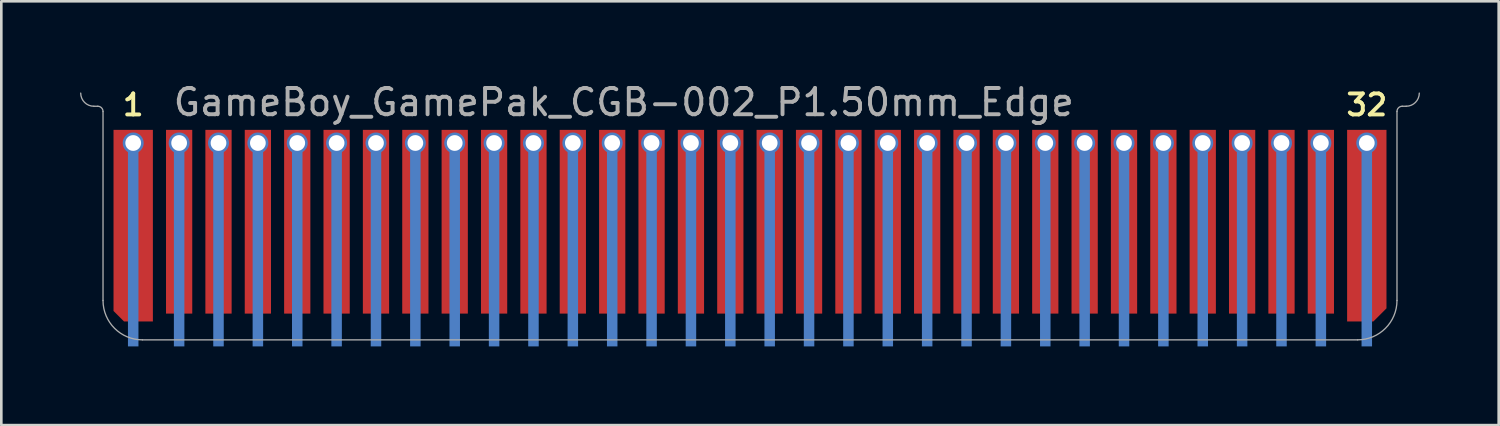
<source format=kicad_pcb>
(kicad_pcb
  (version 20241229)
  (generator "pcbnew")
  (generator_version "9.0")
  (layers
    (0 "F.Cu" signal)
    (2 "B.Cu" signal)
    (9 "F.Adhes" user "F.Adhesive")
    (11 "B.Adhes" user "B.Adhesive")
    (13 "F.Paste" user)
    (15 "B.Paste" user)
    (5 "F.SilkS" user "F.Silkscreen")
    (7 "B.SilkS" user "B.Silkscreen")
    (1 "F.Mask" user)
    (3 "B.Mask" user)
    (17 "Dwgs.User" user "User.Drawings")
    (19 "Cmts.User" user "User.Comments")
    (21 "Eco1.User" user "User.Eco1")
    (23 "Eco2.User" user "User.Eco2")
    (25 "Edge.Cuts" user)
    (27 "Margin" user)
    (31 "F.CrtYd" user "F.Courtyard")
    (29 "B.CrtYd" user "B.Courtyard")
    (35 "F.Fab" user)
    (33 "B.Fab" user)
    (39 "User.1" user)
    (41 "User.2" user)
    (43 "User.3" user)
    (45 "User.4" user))
  (footprint "GameBoy_GamePak_CGB-002_P1.50mm_Edge"
    (layer "F.Cu")
    (at 25.525 9.898)
    (property "Reference" "GameBoy_GamePak_CGB-002_P1.50mm_Edge" (at -22.05 -9.05 0) (layer "F.Fab") (effects (font (size 1 1) (thickness 0.15)) (justify left)))
    (attr through_hole)
    (fp_poly (pts (xy 24.9 0.25) (xy -24.9 0.25) (xy -24.9 -7) (xy 24.9 -7)) (stroke (width 0) (type solid)) (fill yes) (layer "F.Mask"))
    (fp_poly (pts (xy -23.3 0.25) (xy -23.7 0.25) (xy -23.7 -7.2) (xy -23.3 -7.2)) (stroke (width 0) (type solid)) (fill yes) (layer "B.Cu"))
    (fp_poly (pts (xy -21.55 0.25) (xy -21.95 0.25) (xy -21.95 -7.2) (xy -21.55 -7.2)) (stroke (width 0) (type solid)) (fill yes) (layer "B.Cu"))
    (fp_poly (pts (xy -20.05 0.25) (xy -20.45 0.25) (xy -20.45 -7.2) (xy -20.05 -7.2)) (stroke (width 0) (type solid)) (fill yes) (layer "B.Cu"))
    (fp_poly (pts (xy -18.55 0.25) (xy -18.95 0.25) (xy -18.95 -7.2) (xy -18.55 -7.2)) (stroke (width 0) (type solid)) (fill yes) (layer "B.Cu"))
    (fp_poly (pts (xy -17.05 0.25) (xy -17.45 0.25) (xy -17.45 -7.2) (xy -17.05 -7.2)) (stroke (width 0) (type solid)) (fill yes) (layer "B.Cu"))
    (fp_poly (pts (xy -15.55 0.25) (xy -15.95 0.25) (xy -15.95 -7.2) (xy -15.55 -7.2)) (stroke (width 0) (type solid)) (fill yes) (layer "B.Cu"))
    (fp_poly (pts (xy -14.05 0.25) (xy -14.45 0.25) (xy -14.45 -7.2) (xy -14.05 -7.2)) (stroke (width 0) (type solid)) (fill yes) (layer "B.Cu"))
    (fp_poly (pts (xy -12.55 0.25) (xy -12.95 0.25) (xy -12.95 -7.2) (xy -12.55 -7.2)) (stroke (width 0) (type solid)) (fill yes) (layer "B.Cu"))
    (fp_poly (pts (xy -11.05 0.25) (xy -11.45 0.25) (xy -11.45 -7.2) (xy -11.05 -7.2)) (stroke (width 0) (type solid)) (fill yes) (layer "B.Cu"))
    (fp_poly (pts (xy -9.55 0.25) (xy -9.95 0.25) (xy -9.95 -7.2) (xy -9.55 -7.2)) (stroke (width 0) (type solid)) (fill yes) (layer "B.Cu"))
    (fp_poly (pts (xy -8.05 0.25) (xy -8.45 0.25) (xy -8.45 -7.2) (xy -8.05 -7.2)) (stroke (width 0) (type solid)) (fill yes) (layer "B.Cu"))
    (fp_poly (pts (xy -6.55 0.25) (xy -6.95 0.25) (xy -6.95 -7.2) (xy -6.55 -7.2)) (stroke (width 0) (type solid)) (fill yes) (layer "B.Cu"))
    (fp_poly (pts (xy -5.05 0.25) (xy -5.45 0.25) (xy -5.45 -7.2) (xy -5.05 -7.2)) (stroke (width 0) (type solid)) (fill yes) (layer "B.Cu"))
    (fp_poly (pts (xy -3.55 0.25) (xy -3.95 0.25) (xy -3.95 -7.2) (xy -3.55 -7.2)) (stroke (width 0) (type solid)) (fill yes) (layer "B.Cu"))
    (fp_poly (pts (xy -2.05 0.25) (xy -2.45 0.25) (xy -2.45 -7.2) (xy -2.05 -7.2)) (stroke (width 0) (type solid)) (fill yes) (layer "B.Cu"))
    (fp_poly (pts (xy -0.55 0.25) (xy -0.95 0.25) (xy -0.95 -7.2) (xy -0.55 -7.2)) (stroke (width 0) (type solid)) (fill yes) (layer "B.Cu"))
    (fp_poly (pts (xy 0.95 0.25) (xy 0.55 0.25) (xy 0.55 -7.2) (xy 0.95 -7.2)) (stroke (width 0) (type solid)) (fill yes) (layer "B.Cu"))
    (fp_poly (pts (xy 2.45 0.25) (xy 2.05 0.25) (xy 2.05 -7.2) (xy 2.45 -7.2)) (stroke (width 0) (type solid)) (fill yes) (layer "B.Cu"))
    (fp_poly (pts (xy 3.95 0.25) (xy 3.55 0.25) (xy 3.55 -7.2) (xy 3.95 -7.2)) (stroke (width 0) (type solid)) (fill yes) (layer "B.Cu"))
    (fp_poly (pts (xy 5.45 0.25) (xy 5.05 0.25) (xy 5.05 -7.2) (xy 5.45 -7.2)) (stroke (width 0) (type solid)) (fill yes) (layer "B.Cu"))
    (fp_poly (pts (xy 6.95 0.25) (xy 6.55 0.25) (xy 6.55 -7.2) (xy 6.95 -7.2)) (stroke (width 0) (type solid)) (fill yes) (layer "B.Cu"))
    (fp_poly (pts (xy 8.45 0.25) (xy 8.05 0.25) (xy 8.05 -7.2) (xy 8.45 -7.2)) (stroke (width 0) (type solid)) (fill yes) (layer "B.Cu"))
    (fp_poly (pts (xy 9.95 0.25) (xy 9.55 0.25) (xy 9.55 -7.2) (xy 9.95 -7.2)) (stroke (width 0) (type solid)) (fill yes) (layer "B.Cu"))
    (fp_poly (pts (xy 11.45 0.25) (xy 11.05 0.25) (xy 11.05 -7.2) (xy 11.45 -7.2)) (stroke (width 0) (type solid)) (fill yes) (layer "B.Cu"))
    (fp_poly (pts (xy 12.95 0.25) (xy 12.55 0.25) (xy 12.55 -7.2) (xy 12.95 -7.2)) (stroke (width 0) (type solid)) (fill yes) (layer "B.Cu"))
    (fp_poly (pts (xy 14.45 0.25) (xy 14.05 0.25) (xy 14.05 -7.2) (xy 14.45 -7.2)) (stroke (width 0) (type solid)) (fill yes) (layer "B.Cu"))
    (fp_poly (pts (xy 15.95 0.25) (xy 15.55 0.25) (xy 15.55 -7.2) (xy 15.95 -7.2)) (stroke (width 0) (type solid)) (fill yes) (layer "B.Cu"))
    (fp_poly (pts (xy 17.45 0.25) (xy 17.05 0.25) (xy 17.05 -7.2) (xy 17.45 -7.2)) (stroke (width 0) (type solid)) (fill yes) (layer "B.Cu"))
    (fp_poly (pts (xy 18.95 0.25) (xy 18.55 0.25) (xy 18.55 -7.2) (xy 18.95 -7.2)) (stroke (width 0) (type solid)) (fill yes) (layer "B.Cu"))
    (fp_poly (pts (xy 20.45 0.25) (xy 20.05 0.25) (xy 20.05 -7.2) (xy 20.45 -7.2)) (stroke (width 0) (type solid)) (fill yes) (layer "B.Cu"))
    (fp_poly (pts (xy 21.95 0.25) (xy 21.55 0.25) (xy 21.55 -7.2) (xy 21.95 -7.2)) (stroke (width 0) (type solid)) (fill yes) (layer "B.Cu"))
    (fp_poly (pts (xy 23.7 0.25) (xy 23.3 0.25) (xy 23.3 -7.2) (xy 23.7 -7.2)) (stroke (width 0) (type solid)) (fill yes) (layer "B.Cu"))
    (fp_line (start -25 -8.9) (end -24.85 -8.9) (stroke (width 0.05) (type solid)) (layer "F.Fab"))
    (fp_line (start -24.65 -1.5) (end -24.65 -8.7) (stroke (width 0.05) (type solid)) (layer "F.Fab"))
    (fp_line (start -23.15 0) (end 23.15 0) (stroke (width 0.05) (type solid)) (layer "F.Fab"))
    (fp_line (start 24.65 -1.5) (end 24.65 -8.7) (stroke (width 0.05) (type solid)) (layer "F.Fab"))
    (fp_line (start 24.85 -8.9) (end 25 -8.9) (stroke (width 0.05) (type solid)) (layer "F.Fab"))
    (fp_arc (start -25 -8.9) (mid -25.353553 -9.046447) (end -25.5 -9.4) (stroke (width 0.05) (type solid)) (layer "F.Fab"))
    (fp_arc (start -24.85 -8.9) (mid -24.708579 -8.841421) (end -24.65 -8.7) (stroke (width 0.05) (type solid)) (layer "F.Fab"))
    (fp_arc (start -23.15 0) (mid -24.21066 -0.43934) (end -24.65 -1.5) (stroke (width 0.05) (type solid)) (layer "F.Fab"))
    (fp_arc (start 24.65 -8.7) (mid 24.708579 -8.841421) (end 24.85 -8.9) (stroke (width 0.05) (type solid)) (layer "F.Fab"))
    (fp_arc (start 24.65 -1.5) (mid 24.21066 -0.43934) (end 23.15 0) (stroke (width 0.05) (type solid)) (layer "F.Fab"))
    (fp_arc (start 25.5 -9.4) (mid 25.353553 -9.046447) (end 25 -8.9) (stroke (width 0.05) (type solid)) (layer "F.Fab"))
    (fp_text user "32" (at 23.5 -8.95 0) (layer "F.SilkS") (effects (font (size 0.8 0.8) (thickness 0.15))))
    (fp_text user "1" (at -23.5 -8.95 0) (layer "F.SilkS") (effects (font (size 0.8 0.8) (thickness 0.15))))
    (pad "1" thru_hole circle (at -23.5 -7.5) (size 0.8 0.8) (drill 0.6) (layers "*.Cu" "*.Mask"))
    (pad "1" connect custom (at -23.5 -7.5) (size 0.8 0.8) (layers "F.Cu") (options (anchor rect)) (primitives (gr_poly (pts (xy -0.75 6.4) (xy -0.75 -0.5) (xy 0.75 -0.5) (xy 0.75 6.8) (xy -0.35 6.8)) (width 0) (fill yes))))
    (pad "2" thru_hole circle (at -21.75 -7.5) (size 0.8 0.8) (drill 0.6) (layers "*.Cu" "*.Mask"))
    (pad "2" connect custom (at -21.75 -7.5) (size 0.8 0.8) (layers "F.Cu") (options (anchor rect)) (primitives (gr_poly (pts (xy 0.5 6.5) (xy -0.5 6.5) (xy -0.5 -0.5) (xy 0.5 -0.5)) (width 0) (fill yes))))
    (pad "3" thru_hole circle (at -20.25 -7.5) (size 0.8 0.8) (drill 0.6) (layers "*.Cu" "*.Mask"))
    (pad "3" connect custom (at -20.25 -7.5) (size 0.8 0.8) (layers "F.Cu") (options (anchor rect)) (primitives (gr_poly (pts (xy 0.5 6.5) (xy -0.5 6.5) (xy -0.5 -0.5) (xy 0.5 -0.5)) (width 0) (fill yes))))
    (pad "4" thru_hole circle (at -18.75 -7.5) (size 0.8 0.8) (drill 0.6) (layers "*.Cu" "*.Mask"))
    (pad "4" connect custom (at -18.75 -7.5) (size 0.8 0.8) (layers "F.Cu") (options (anchor rect)) (primitives (gr_poly (pts (xy 0.5 6.5) (xy -0.5 6.5) (xy -0.5 -0.5) (xy 0.5 -0.5)) (width 0) (fill yes))))
    (pad "5" thru_hole circle (at -17.25 -7.5) (size 0.8 0.8) (drill 0.6) (layers "*.Cu" "*.Mask"))
    (pad "5" connect custom (at -17.25 -7.5) (size 0.8 0.8) (layers "F.Cu") (options (anchor rect)) (primitives (gr_poly (pts (xy 0.5 6.5) (xy -0.5 6.5) (xy -0.5 -0.5) (xy 0.5 -0.5)) (width 0) (fill yes))))
    (pad "6" thru_hole circle (at -15.75 -7.5) (size 0.8 0.8) (drill 0.6) (layers "*.Cu" "*.Mask"))
    (pad "6" connect custom (at -15.75 -7.5) (size 0.8 0.8) (layers "F.Cu") (options (anchor rect)) (primitives (gr_poly (pts (xy 0.5 6.5) (xy -0.5 6.5) (xy -0.5 -0.5) (xy 0.5 -0.5)) (width 0) (fill yes))))
    (pad "7" thru_hole circle (at -14.25 -7.5) (size 0.8 0.8) (drill 0.6) (layers "*.Cu" "*.Mask"))
    (pad "7" connect custom (at -14.25 -7.5) (size 0.8 0.8) (layers "F.Cu") (options (anchor rect)) (primitives (gr_poly (pts (xy 0.5 6.5) (xy -0.5 6.5) (xy -0.5 -0.5) (xy 0.5 -0.5)) (width 0) (fill yes))))
    (pad "8" thru_hole circle (at -12.75 -7.5) (size 0.8 0.8) (drill 0.6) (layers "*.Cu" "*.Mask"))
    (pad "8" connect custom (at -12.75 -7.5) (size 0.8 0.8) (layers "F.Cu") (options (anchor rect)) (primitives (gr_poly (pts (xy 0.5 6.5) (xy -0.5 6.5) (xy -0.5 -0.5) (xy 0.5 -0.5)) (width 0) (fill yes))))
    (pad "9" thru_hole circle (at -11.25 -7.5) (size 0.8 0.8) (drill 0.6) (layers "*.Cu" "*.Mask"))
    (pad "9" connect custom (at -11.25 -7.5) (size 0.8 0.8) (layers "F.Cu") (options (anchor rect)) (primitives (gr_poly (pts (xy 0.5 6.5) (xy -0.5 6.5) (xy -0.5 -0.5) (xy 0.5 -0.5)) (width 0) (fill yes))))
    (pad "10" thru_hole circle (at -9.75 -7.5) (size 0.8 0.8) (drill 0.6) (layers "*.Cu" "*.Mask"))
    (pad "10" connect custom (at -9.75 -7.5) (size 0.8 0.8) (layers "F.Cu") (options (anchor rect)) (primitives (gr_poly (pts (xy 0.5 6.5) (xy -0.5 6.5) (xy -0.5 -0.5) (xy 0.5 -0.5)) (width 0) (fill yes))))
    (pad "11" thru_hole circle (at -8.25 -7.5) (size 0.8 0.8) (drill 0.6) (layers "*.Cu" "*.Mask"))
    (pad "11" connect custom (at -8.25 -7.5) (size 0.8 0.8) (layers "F.Cu") (options (anchor rect)) (primitives (gr_poly (pts (xy 0.5 6.5) (xy -0.5 6.5) (xy -0.5 -0.5) (xy 0.5 -0.5)) (width 0) (fill yes))))
    (pad "12" thru_hole circle (at -6.75 -7.5) (size 0.8 0.8) (drill 0.6) (layers "*.Cu" "*.Mask"))
    (pad "12" connect custom (at -6.75 -7.5) (size 0.8 0.8) (layers "F.Cu") (options (anchor rect)) (primitives (gr_poly (pts (xy 0.5 6.5) (xy -0.5 6.5) (xy -0.5 -0.5) (xy 0.5 -0.5)) (width 0) (fill yes))))
    (pad "13" thru_hole circle (at -5.25 -7.5) (size 0.8 0.8) (drill 0.6) (layers "*.Cu" "*.Mask"))
    (pad "13" connect custom (at -5.25 -7.5) (size 0.8 0.8) (layers "F.Cu") (options (anchor rect)) (primitives (gr_poly (pts (xy 0.5 6.5) (xy -0.5 6.5) (xy -0.5 -0.5) (xy 0.5 -0.5)) (width 0) (fill yes))))
    (pad "14" thru_hole circle (at -3.75 -7.5) (size 0.8 0.8) (drill 0.6) (layers "*.Cu" "*.Mask"))
    (pad "14" connect custom (at -3.75 -7.5) (size 0.8 0.8) (layers "F.Cu") (options (anchor rect)) (primitives (gr_poly (pts (xy 0.5 6.5) (xy -0.5 6.5) (xy -0.5 -0.5) (xy 0.5 -0.5)) (width 0) (fill yes))))
    (pad "15" thru_hole circle (at -2.25 -7.5) (size 0.8 0.8) (drill 0.6) (layers "*.Cu" "*.Mask"))
    (pad "15" connect custom (at -2.25 -7.5) (size 0.8 0.8) (layers "F.Cu") (options (anchor rect)) (primitives (gr_poly (pts (xy 0.5 6.5) (xy -0.5 6.5) (xy -0.5 -0.5) (xy 0.5 -0.5)) (width 0) (fill yes))))
    (pad "16" thru_hole circle (at -0.75 -7.5) (size 0.8 0.8) (drill 0.6) (layers "*.Cu" "*.Mask"))
    (pad "16" connect custom (at -0.75 -7.5) (size 0.8 0.8) (layers "F.Cu") (options (anchor rect)) (primitives (gr_poly (pts (xy 0.5 6.5) (xy -0.5 6.5) (xy -0.5 -0.5) (xy 0.5 -0.5)) (width 0) (fill yes))))
    (pad "17" thru_hole circle (at 0.75 -7.5) (size 0.8 0.8) (drill 0.6) (layers "*.Cu" "*.Mask"))
    (pad "17" connect custom (at 0.75 -7.5) (size 0.8 0.8) (layers "F.Cu") (options (anchor rect)) (primitives (gr_poly (pts (xy 0.5 6.5) (xy -0.5 6.5) (xy -0.5 -0.5) (xy 0.5 -0.5)) (width 0) (fill yes))))
    (pad "18" thru_hole circle (at 2.25 -7.5) (size 0.8 0.8) (drill 0.6) (layers "*.Cu" "*.Mask"))
    (pad "18" connect custom (at 2.25 -7.5) (size 0.8 0.8) (layers "F.Cu") (options (anchor rect)) (primitives (gr_poly (pts (xy 0.5 6.5) (xy -0.5 6.5) (xy -0.5 -0.5) (xy 0.5 -0.5)) (width 0) (fill yes))))
    (pad "19" thru_hole circle (at 3.75 -7.5) (size 0.8 0.8) (drill 0.6) (layers "*.Cu" "*.Mask"))
    (pad "19" connect custom (at 3.75 -7.5) (size 0.8 0.8) (layers "F.Cu") (options (anchor rect)) (primitives (gr_poly (pts (xy 0.5 6.5) (xy -0.5 6.5) (xy -0.5 -0.5) (xy 0.5 -0.5)) (width 0) (fill yes))))
    (pad "20" thru_hole circle (at 5.25 -7.5) (size 0.8 0.8) (drill 0.6) (layers "*.Cu" "*.Mask"))
    (pad "20" connect custom (at 5.25 -7.5) (size 0.8 0.8) (layers "F.Cu") (options (anchor rect)) (primitives (gr_poly (pts (xy 0.5 6.5) (xy -0.5 6.5) (xy -0.5 -0.5) (xy 0.5 -0.5)) (width 0) (fill yes))))
    (pad "21" thru_hole circle (at 6.75 -7.5) (size 0.8 0.8) (drill 0.6) (layers "*.Cu" "*.Mask"))
    (pad "21" connect custom (at 6.75 -7.5) (size 0.8 0.8) (layers "F.Cu") (options (anchor rect)) (primitives (gr_poly (pts (xy 0.5 6.5) (xy -0.5 6.5) (xy -0.5 -0.5) (xy 0.5 -0.5)) (width 0) (fill yes))))
    (pad "22" thru_hole circle (at 8.25 -7.5) (size 0.8 0.8) (drill 0.6) (layers "*.Cu" "*.Mask"))
    (pad "22" connect custom (at 8.25 -7.5) (size 0.8 0.8) (layers "F.Cu") (options (anchor rect)) (primitives (gr_poly (pts (xy 0.5 6.5) (xy -0.5 6.5) (xy -0.5 -0.5) (xy 0.5 -0.5)) (width 0) (fill yes))))
    (pad "23" thru_hole circle (at 9.75 -7.5) (size 0.8 0.8) (drill 0.6) (layers "*.Cu" "*.Mask"))
    (pad "23" connect custom (at 9.75 -7.5) (size 0.8 0.8) (layers "F.Cu") (options (anchor rect)) (primitives (gr_poly (pts (xy 0.5 6.5) (xy -0.5 6.5) (xy -0.5 -0.5) (xy 0.5 -0.5)) (width 0) (fill yes))))
    (pad "24" thru_hole circle (at 11.25 -7.5) (size 0.8 0.8) (drill 0.6) (layers "*.Cu" "*.Mask"))
    (pad "24" connect custom (at 11.25 -7.5) (size 0.8 0.8) (layers "F.Cu") (options (anchor rect)) (primitives (gr_poly (pts (xy 0.5 6.5) (xy -0.5 6.5) (xy -0.5 -0.5) (xy 0.5 -0.5)) (width 0) (fill yes))))
    (pad "25" thru_hole circle (at 12.75 -7.5) (size 0.8 0.8) (drill 0.6) (layers "*.Cu" "*.Mask"))
    (pad "25" connect custom (at 12.75 -7.5) (size 0.8 0.8) (layers "F.Cu") (options (anchor rect)) (primitives (gr_poly (pts (xy 0.5 6.5) (xy -0.5 6.5) (xy -0.5 -0.5) (xy 0.5 -0.5)) (width 0) (fill yes))))
    (pad "26" thru_hole circle (at 14.25 -7.5) (size 0.8 0.8) (drill 0.6) (layers "*.Cu" "*.Mask"))
    (pad "26" connect custom (at 14.25 -7.5) (size 0.8 0.8) (layers "F.Cu") (options (anchor rect)) (primitives (gr_poly (pts (xy 0.5 6.5) (xy -0.5 6.5) (xy -0.5 -0.5) (xy 0.5 -0.5)) (width 0) (fill yes))))
    (pad "27" thru_hole circle (at 15.75 -7.5) (size 0.8 0.8) (drill 0.6) (layers "*.Cu" "*.Mask"))
    (pad "27" connect custom (at 15.75 -7.5) (size 0.8 0.8) (layers "F.Cu") (options (anchor rect)) (primitives (gr_poly (pts (xy 0.5 6.5) (xy -0.5 6.5) (xy -0.5 -0.5) (xy 0.5 -0.5)) (width 0) (fill yes))))
    (pad "28" thru_hole circle (at 17.25 -7.5) (size 0.8 0.8) (drill 0.6) (layers "*.Cu" "*.Mask"))
    (pad "28" connect custom (at 17.25 -7.5) (size 0.8 0.8) (layers "F.Cu") (options (anchor rect)) (primitives (gr_poly (pts (xy 0.5 6.5) (xy -0.5 6.5) (xy -0.5 -0.5) (xy 0.5 -0.5)) (width 0) (fill yes))))
    (pad "29" thru_hole circle (at 18.75 -7.5) (size 0.8 0.8) (drill 0.6) (layers "*.Cu" "*.Mask"))
    (pad "29" connect custom (at 18.75 -7.5) (size 0.8 0.8) (layers "F.Cu") (options (anchor rect)) (primitives (gr_poly (pts (xy 0.5 6.5) (xy -0.5 6.5) (xy -0.5 -0.5) (xy 0.5 -0.5)) (width 0) (fill yes))))
    (pad "30" thru_hole circle (at 20.25 -7.5) (size 0.8 0.8) (drill 0.6) (layers "*.Cu" "*.Mask"))
    (pad "30" connect custom (at 20.25 -7.5) (size 0.8 0.8) (layers "F.Cu") (options (anchor rect)) (primitives (gr_poly (pts (xy 0.5 6.5) (xy -0.5 6.5) (xy -0.5 -0.5) (xy 0.5 -0.5)) (width 0) (fill yes))))
    (pad "31" thru_hole circle (at 21.75 -7.5) (size 0.8 0.8) (drill 0.6) (layers "*.Cu" "*.Mask"))
    (pad "31" connect custom (at 21.75 -7.5) (size 0.8 0.8) (layers "F.Cu") (options (anchor rect)) (primitives (gr_poly (pts (xy 0.5 6.5) (xy -0.5 6.5) (xy -0.5 -0.5) (xy 0.5 -0.5)) (width 0) (fill yes))))
    (pad "32" thru_hole circle (at 23.5 -7.5) (size 0.8 0.8) (drill 0.6) (layers "*.Cu" "*.Mask"))
    (pad "32" connect custom (at 23.5 -7.5) (size 0.8 0.8) (layers "F.Cu") (options (anchor rect)) (primitives (gr_poly (pts (xy -0.75 6.8) (xy -0.75 -0.5) (xy 0.75 -0.5) (xy 0.75 6.3) (xy 0.25 6.8)) (width 0) (fill yes)))))
  (gr_rect
    (start -3 -3)
    (end 54.05 13.148)
    (stroke (width 0.1) (type default))
    (fill no)
    (layer "Edge.Cuts")))
</source>
